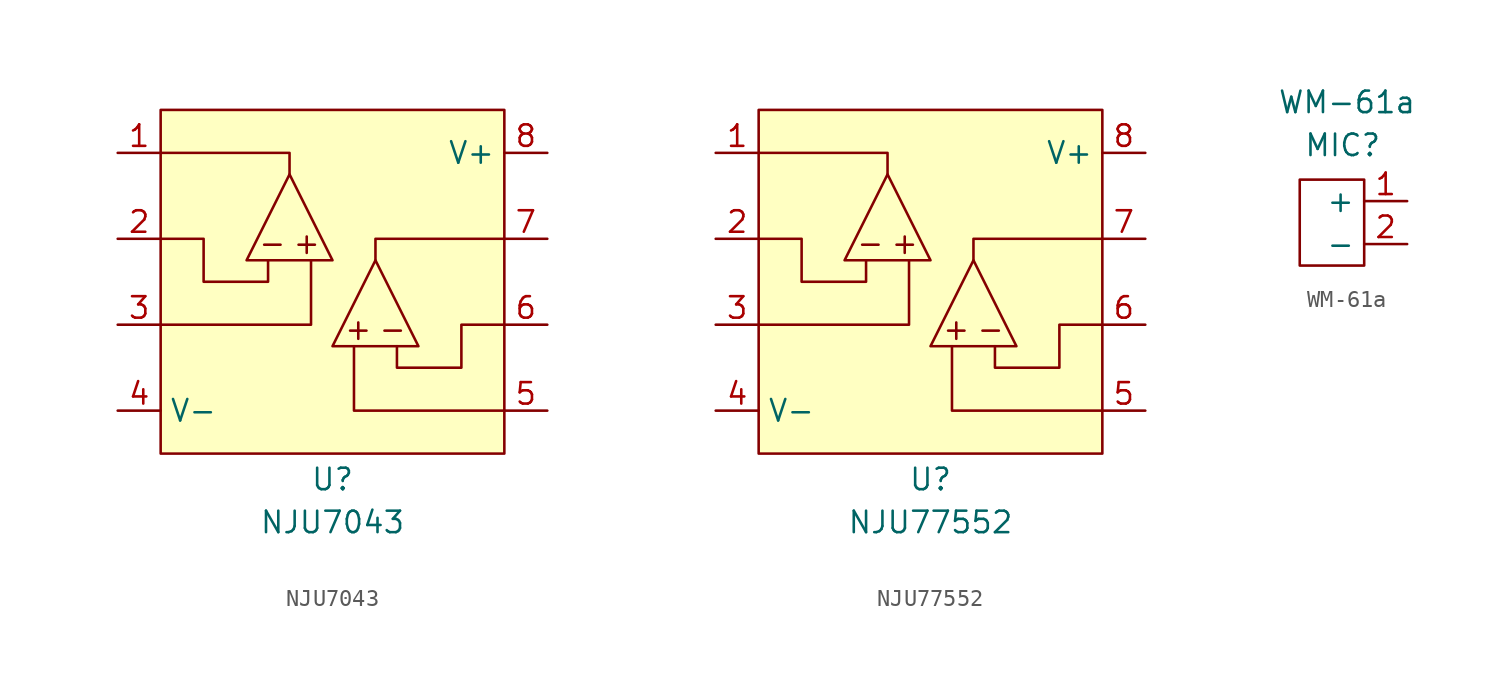
<source format=kicad_sym>
(kicad_symbol_lib
  (version 20231120)
  (generator "kicad_symbol_editor")
  (generator_version "8.0")
  (symbol "NJU7043"
    (property "Reference" "U"
      (at 0 -11.684 0)
      (effects (font (size 1.27 1.27))))
    (property "Value" "NJU7043"
      (at 0 -14.224 0)
      (effects (font (size 1.27 1.27))))
    (symbol "NJU7043_0_1"
      (polyline (pts (xy -2.54 6.35) (xy -5.08 1.27) (xy 0 1.27) (xy -2.54 6.35)) (stroke (width 0) (type default)) (fill (type none))))
    (symbol "NJU7043_1_1"
      (rectangle (start -10.16 10.16) (end 10.16 -10.16) (stroke (width 0) (type default)) (fill (type background)))
      (polyline (pts (xy -10.16 -2.54) (xy -1.27 -2.54) (xy -1.27 1.27)) (stroke (width 0) (type default)) (fill (type none)))
      (polyline (pts (xy -10.16 7.62) (xy -2.54 7.62) (xy -2.54 6.35)) (stroke (width 0) (type default)) (fill (type none)))
      (polyline (pts (xy 1.27 -3.81) (xy 1.27 -7.62) (xy 10.16 -7.62)) (stroke (width 0) (type default)) (fill (type none)))
      (polyline (pts (xy 2.54 1.27) (xy 2.54 2.54) (xy 10.16 2.54)) (stroke (width 0) (type default)) (fill (type none)))
      (polyline (pts (xy 2.54 1.27) (xy 0 -3.81) (xy 5.08 -3.81) (xy 2.54 1.27)) (stroke (width 0) (type default)) (fill (type none)))
      (polyline (pts (xy -3.81 1.27) (xy -3.81 0) (xy -7.62 0) (xy -7.62 2.54) (xy -10.16 2.54)) (stroke (width 0) (type default)) (fill (type none)))
      (polyline (pts (xy 3.81 -3.81) (xy 3.81 -5.08) (xy 7.62 -5.08) (xy 7.62 -2.54) (xy 10.16 -2.54)) (stroke (width 0) (type default)) (fill (type none)))
      (text "+" (at -1.524 2.286 0) (effects (font (size 1.27 1.27))))
      (text "+" (at 1.524 -2.794 0) (effects (font (size 1.27 1.27))))
      (text "-" (at -3.556 2.286 0) (effects (font (size 1.27 1.27))))
      (text "-" (at 3.556 -2.794 0) (effects (font (size 1.27 1.27))))
      (pin output line (at -12.7 7.62 0) (length 2.54) (name "A_OUT" (effects (font (size 0 0)))) (number "1" (effects (font (size 1.27 1.27)))))
      (pin input line (at -12.7 2.54 0) (length 2.54) (name "A_IN-" (effects (font (size 0 0)))) (number "2" (effects (font (size 1.27 1.27)))))
      (pin input line (at -12.7 -2.54 0) (length 2.54) (name "A_IN+" (effects (font (size 0 0)))) (number "3" (effects (font (size 1.27 1.27)))))
      (pin power_in line (at -12.7 -7.62 0) (length 2.54) (name "V-" (effects (font (size 1.27 1.27)))) (number "4" (effects (font (size 1.27 1.27)))))
      (pin input line (at 12.7 -7.62 180) (length 2.54) (name "B_IN+" (effects (font (size 0 0)))) (number "5" (effects (font (size 1.27 1.27)))))
      (pin input line (at 12.7 -2.54 180) (length 2.54) (name "B_IN-" (effects (font (size 0 0)))) (number "6" (effects (font (size 1.27 1.27)))))
      (pin output line (at 12.7 2.54 180) (length 2.54) (name "B_OUT" (effects (font (size 0 0)))) (number "7" (effects (font (size 1.27 1.27)))))
      (pin power_in line (at 12.7 7.62 180) (length 2.54) (name "V+" (effects (font (size 1.27 1.27)))) (number "8" (effects (font (size 1.27 1.27)))))))
  (symbol "NJU77552"
    (property "Reference" "U"
      (at 0 -11.684 0)
      (effects (font (size 1.27 1.27))))
    (property "Value" "NJU77552"
      (at 0 -14.224 0)
      (effects (font (size 1.27 1.27))))
    (symbol "NJU77552_0_1"
      (polyline (pts (xy -2.54 6.35) (xy -5.08 1.27) (xy 0 1.27) (xy -2.54 6.35)) (stroke (width 0) (type default)) (fill (type none))))
    (symbol "NJU77552_1_1"
      (rectangle (start -10.16 10.16) (end 10.16 -10.16) (stroke (width 0) (type default)) (fill (type background)))
      (polyline (pts (xy -10.16 -2.54) (xy -1.27 -2.54) (xy -1.27 1.27)) (stroke (width 0) (type default)) (fill (type none)))
      (polyline (pts (xy -10.16 7.62) (xy -2.54 7.62) (xy -2.54 6.35)) (stroke (width 0) (type default)) (fill (type none)))
      (polyline (pts (xy 1.27 -3.81) (xy 1.27 -7.62) (xy 10.16 -7.62)) (stroke (width 0) (type default)) (fill (type none)))
      (polyline (pts (xy 2.54 1.27) (xy 2.54 2.54) (xy 10.16 2.54)) (stroke (width 0) (type default)) (fill (type none)))
      (polyline (pts (xy 2.54 1.27) (xy 0 -3.81) (xy 5.08 -3.81) (xy 2.54 1.27)) (stroke (width 0) (type default)) (fill (type none)))
      (polyline (pts (xy -3.81 1.27) (xy -3.81 0) (xy -7.62 0) (xy -7.62 2.54) (xy -10.16 2.54)) (stroke (width 0) (type default)) (fill (type none)))
      (polyline (pts (xy 3.81 -3.81) (xy 3.81 -5.08) (xy 7.62 -5.08) (xy 7.62 -2.54) (xy 10.16 -2.54)) (stroke (width 0) (type default)) (fill (type none)))
      (text "+" (at -1.524 2.286 0) (effects (font (size 1.27 1.27))))
      (text "+" (at 1.524 -2.794 0) (effects (font (size 1.27 1.27))))
      (text "-" (at -3.556 2.286 0) (effects (font (size 1.27 1.27))))
      (text "-" (at 3.556 -2.794 0) (effects (font (size 1.27 1.27))))
      (pin output line (at -12.7 7.62 0) (length 2.54) (name "A_OUT" (effects (font (size 0 0)))) (number "1" (effects (font (size 1.27 1.27)))))
      (pin input line (at -12.7 2.54 0) (length 2.54) (name "A_IN-" (effects (font (size 0 0)))) (number "2" (effects (font (size 1.27 1.27)))))
      (pin input line (at -12.7 -2.54 0) (length 2.54) (name "A_IN+" (effects (font (size 0 0)))) (number "3" (effects (font (size 1.27 1.27)))))
      (pin power_in line (at -12.7 -7.62 0) (length 2.54) (name "V-" (effects (font (size 1.27 1.27)))) (number "4" (effects (font (size 1.27 1.27)))))
      (pin input line (at 12.7 -7.62 180) (length 2.54) (name "B_IN+" (effects (font (size 0 0)))) (number "5" (effects (font (size 1.27 1.27)))))
      (pin input line (at 12.7 -2.54 180) (length 2.54) (name "B_IN-" (effects (font (size 0 0)))) (number "6" (effects (font (size 1.27 1.27)))))
      (pin output line (at 12.7 2.54 180) (length 2.54) (name "B_OUT" (effects (font (size 0 0)))) (number "7" (effects (font (size 1.27 1.27)))))
      (pin power_in line (at 12.7 7.62 180) (length 2.54) (name "V+" (effects (font (size 1.27 1.27)))) (number "8" (effects (font (size 1.27 1.27)))))))
  (symbol "WM-61a"
    (property "Reference" "MIC"
      (at 0 4.572 0)
      (effects (font (size 1.27 1.27))))
    (property "Value" "WM-61a"
      (at 0.254 7.112 0)
      (effects (font (size 1.27 1.27))))
    (symbol "WM-61a_0_1"
      (rectangle (start -2.54 2.54) (end 1.27 -2.54) (stroke (width 0) (type default)) (fill (type none))))
    (symbol "WM-61a_1_1"
      (pin free line (at 3.81 1.27 180) (length 2.54) (name "+" (effects (font (size 1.27 1.27)))) (number "1" (effects (font (size 1.27 1.27)))))
      (pin free line (at 3.81 -1.27 180) (length 2.54) (name "-" (effects (font (size 1.27 1.27)))) (number "2" (effects (font (size 1.27 1.27))))))))
</source>
